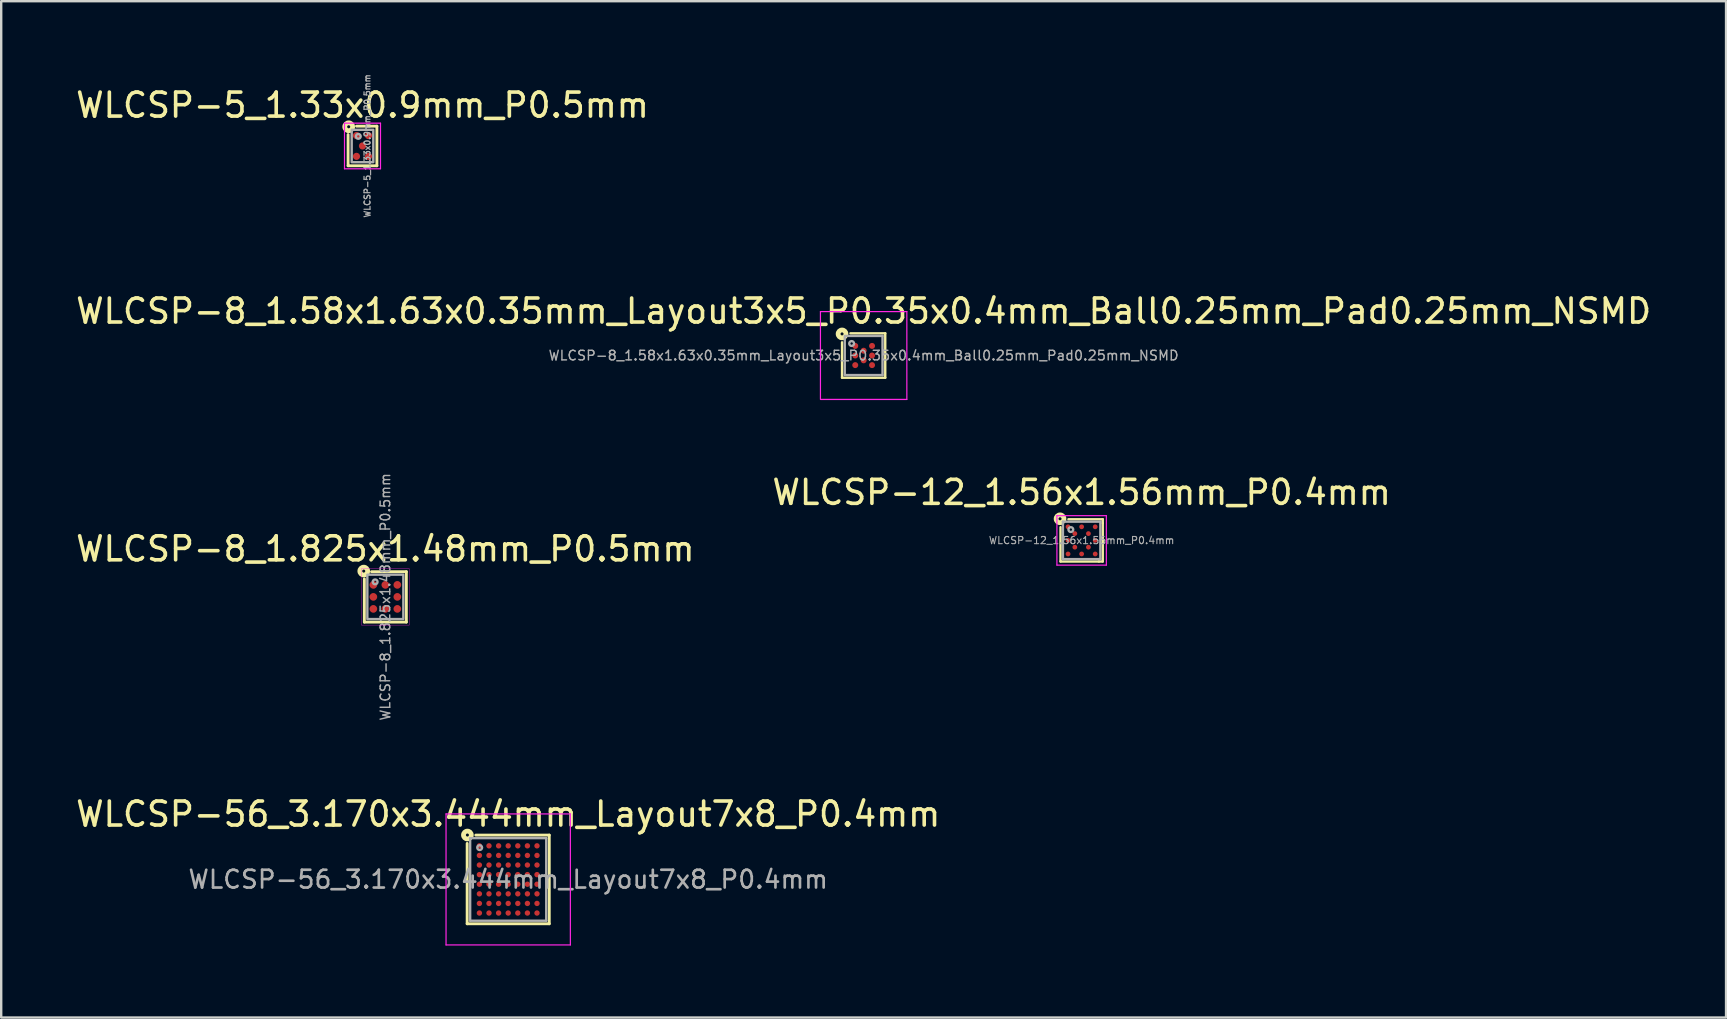
<source format=kicad_pcb>
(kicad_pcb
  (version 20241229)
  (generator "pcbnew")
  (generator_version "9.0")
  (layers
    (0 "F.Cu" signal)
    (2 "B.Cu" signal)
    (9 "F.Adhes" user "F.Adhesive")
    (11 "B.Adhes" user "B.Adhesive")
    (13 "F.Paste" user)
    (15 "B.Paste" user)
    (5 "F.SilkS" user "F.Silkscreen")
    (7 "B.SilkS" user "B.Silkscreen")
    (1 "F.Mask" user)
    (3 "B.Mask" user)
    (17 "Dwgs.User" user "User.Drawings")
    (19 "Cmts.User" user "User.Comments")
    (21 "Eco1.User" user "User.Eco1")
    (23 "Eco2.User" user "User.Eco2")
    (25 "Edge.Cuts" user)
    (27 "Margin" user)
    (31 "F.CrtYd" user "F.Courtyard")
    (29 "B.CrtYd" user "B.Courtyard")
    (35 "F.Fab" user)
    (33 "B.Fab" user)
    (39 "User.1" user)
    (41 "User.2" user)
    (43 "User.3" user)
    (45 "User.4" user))
  (footprint "WLCSP-12_1.56x1.56mm_P0.4mm"
    (layer "F.Cu")
    (at 42.018 19.466)
    (property "Reference" "WLCSP-12_1.56x1.56mm_P0.4mm" (at 0 -2 0) (layer "F.SilkS") (effects (font (size 1 1) (thickness 0.15))))
    (attr smd)
    (fp_line (start -0.88 0.88) (end -0.88 -0.55) (stroke (width 0.1) (type solid)) (layer "F.SilkS"))
    (fp_line (start -0.88 0.88) (end 0.72 0.88) (stroke (width 0.1) (type solid)) (layer "F.SilkS"))
    (fp_line (start 0.88 -0.88) (end -0.55 -0.88) (stroke (width 0.1) (type solid)) (layer "F.SilkS"))
    (fp_line (start 0.88 -0.88) (end 0.88 -0.72) (stroke (width 0.1) (type solid)) (layer "F.SilkS"))
    (fp_line (start 0.88 0.88) (end 0.72 0.88) (stroke (width 0.1) (type solid)) (layer "F.SilkS"))
    (fp_line (start 0.88 0.88) (end 0.88 -0.72) (stroke (width 0.1) (type solid)) (layer "F.SilkS"))
    (fp_circle (center -0.9 -0.9) (end -0.837 -0.9) (stroke (width 0.2) (type solid)) (fill no) (layer "F.SilkS"))
    (fp_line (start -1.03 -1.03) (end -1.03 1.03) (stroke (width 0.05) (type solid)) (layer "F.CrtYd"))
    (fp_line (start -1.03 -1.03) (end 1.03 -1.03) (stroke (width 0.05) (type solid)) (layer "F.CrtYd"))
    (fp_line (start -1.03 1.03) (end 1.03 1.03) (stroke (width 0.05) (type solid)) (layer "F.CrtYd"))
    (fp_line (start 1.03 -1.03) (end 1.03 1.03) (stroke (width 0.05) (type solid)) (layer "F.CrtYd"))
    (fp_line (start -0.78 -0.78) (end 0.78 -0.78) (stroke (width 0.1) (type solid)) (layer "F.Fab"))
    (fp_line (start -0.78 0.78) (end -0.78 -0.78) (stroke (width 0.1) (type solid)) (layer "F.Fab"))
    (fp_line (start 0.78 0.78) (end -0.78 0.78) (stroke (width 0.1) (type solid)) (layer "F.Fab"))
    (fp_line (start 0.78 0.78) (end 0.78 -0.78) (stroke (width 0.1) (type solid)) (layer "F.Fab"))
    (fp_circle (center -0.45 -0.45) (end -0.35 -0.45) (stroke (width 0.1) (type solid)) (fill no) (layer "F.Fab"))
    (fp_text user "${REFERENCE}" (at 0 0 0) (layer "F.Fab") (effects (font (size 0.3 0.3) (thickness 0.045))))
    (pad "A1" smd circle (at -0.566 -0.566) (size 0.2 0.2) (layers "F.Cu" "F.Mask" "F.Paste"))
    (pad "A3" smd circle (at 0 -0.566) (size 0.2 0.2) (layers "F.Cu" "F.Mask" "F.Paste"))
    (pad "A5" smd circle (at 0.566 -0.566) (size 0.2 0.2) (layers "F.Cu" "F.Mask" "F.Paste"))
    (pad "B2" smd circle (at -0.283 -0.283) (size 0.2 0.2) (layers "F.Cu" "F.Mask" "F.Paste"))
    (pad "B4" smd circle (at 0.283 -0.283) (size 0.2 0.2) (layers "F.Cu" "F.Mask" "F.Paste"))
    (pad "C1" smd circle (at -0.566 0) (size 0.2 0.2) (layers "F.Cu" "F.Mask" "F.Paste"))
    (pad "C5" smd circle (at 0.566 0) (size 0.2 0.2) (layers "F.Cu" "F.Mask" "F.Paste"))
    (pad "D2" smd circle (at -0.283 0.283) (size 0.2 0.2) (layers "F.Cu" "F.Mask" "F.Paste"))
    (pad "D4" smd circle (at 0.283 0.283) (size 0.2 0.2) (layers "F.Cu" "F.Mask" "F.Paste"))
    (pad "E1" smd circle (at -0.566 0.566) (size 0.2 0.2) (layers "F.Cu" "F.Mask" "F.Paste"))
    (pad "E3" smd circle (at 0 0.566) (size 0.2 0.2) (layers "F.Cu" "F.Mask" "F.Paste"))
    (pad "E5" smd circle (at 0.566 0.566) (size 0.2 0.2) (layers "F.Cu" "F.Mask" "F.Paste")))
  (footprint "WLCSP-8_1.58x1.63x0.35mm_Layout3x5_P0.35x0.4mm_Ball0.25mm_Pad0.25mm_NSMD"
    (layer "F.Cu")
    (at 32.935 11.763)
    (property "Reference" "WLCSP-8_1.58x1.63x0.35mm_Layout3x5_P0.35x0.4mm_Ball0.25mm_Pad0.25mm_NSMD" (at 0 -1.85 0) (layer "F.SilkS") (effects (font (size 1 1) (thickness 0.15))))
    (attr smd)
    (fp_line (start -0.9 0.925) (end -0.9 -0.55) (stroke (width 0.1) (type solid)) (layer "F.SilkS"))
    (fp_line (start -0.9 0.925) (end 0.9 0.925) (stroke (width 0.1) (type solid)) (layer "F.SilkS"))
    (fp_line (start 0.9 -0.925) (end -0.55 -0.925) (stroke (width 0.1) (type solid)) (layer "F.SilkS"))
    (fp_line (start 0.9 0.925) (end 0.9 -0.925) (stroke (width 0.1) (type solid)) (layer "F.SilkS"))
    (fp_circle (center -0.9 -0.9) (end -0.837 -0.9) (stroke (width 0.2) (type solid)) (fill no) (layer "F.SilkS"))
    (fp_line (start -1.8 1.8) (end -1.8 -1.83) (stroke (width 0.05) (type solid)) (layer "F.CrtYd"))
    (fp_line (start -1.8 1.83) (end 1.8 1.83) (stroke (width 0.05) (type solid)) (layer "F.CrtYd"))
    (fp_line (start 1.8 -1.83) (end -1.8 -1.83) (stroke (width 0.05) (type solid)) (layer "F.CrtYd"))
    (fp_line (start 1.8 1.83) (end 1.8 -1.83) (stroke (width 0.05) (type solid)) (layer "F.CrtYd"))
    (fp_line (start -0.787 -0.81) (end -0.787 0.805) (stroke (width 0.1) (type solid)) (layer "F.Fab"))
    (fp_line (start -0.787 0.816) (end 0.787 0.816) (stroke (width 0.1) (type solid)) (layer "F.Fab"))
    (fp_line (start 0.787 -0.816) (end -0.77 -0.816) (stroke (width 0.1) (type solid)) (layer "F.Fab"))
    (fp_line (start 0.787 -0.816) (end 0.787 0.816) (stroke (width 0.1) (type solid)) (layer "F.Fab"))
    (fp_circle (center -0.5 -0.5) (end -0.4 -0.5) (stroke (width 0.1) (type solid)) (fill no) (layer "F.Fab"))
    (fp_text user "${REFERENCE}" (at 0 0 0) (layer "F.Fab") (effects (font (size 0.4 0.4) (thickness 0.06))))
    (pad "A1" smd circle (at -0.35 -0.4) (size 0.25 0.25) (layers "F.Cu" "F.Mask" "F.Paste"))
    (pad "A3" smd circle (at 0.35 -0.4) (size 0.25 0.25) (layers "F.Cu" "F.Mask" "F.Paste"))
    (pad "B2" smd circle (at 0 -0.2) (size 0.25 0.25) (layers "F.Cu" "F.Mask" "F.Paste"))
    (pad "C1" smd circle (at -0.35 0) (size 0.25 0.25) (layers "F.Cu" "F.Mask" "F.Paste"))
    (pad "C3" smd circle (at 0.35 0) (size 0.25 0.25) (layers "F.Cu" "F.Mask" "F.Paste"))
    (pad "D2" smd circle (at 0 0.2) (size 0.25 0.25) (layers "F.Cu" "F.Mask" "F.Paste"))
    (pad "E1" smd circle (at -0.35 0.4) (size 0.25 0.25) (layers "F.Cu" "F.Mask" "F.Paste"))
    (pad "E3" smd circle (at 0.35 0.4) (size 0.25 0.25) (layers "F.Cu" "F.Mask" "F.Paste")))
  (footprint "WLCSP-56_3.170x3.444mm_Layout7x8_P0.4mm"
    (layer "F.Cu")
    (at 18.125 33.593)
    (property "Reference" "WLCSP-56_3.170x3.444mm_Layout7x8_P0.4mm" (at 0 -2.722 0) (layer "F.SilkS") (effects (font (size 1 1) (thickness 0.15))))
    (attr smd)
    (fp_line (start -1.71 1.847) (end -1.71 -1.5) (stroke (width 0.12) (type solid)) (layer "F.SilkS"))
    (fp_line (start -1.35 -1.847) (end 1.71 -1.847) (stroke (width 0.12) (type solid)) (layer "F.SilkS"))
    (fp_line (start 1.71 -1.847) (end 1.71 1.847) (stroke (width 0.12) (type solid)) (layer "F.SilkS"))
    (fp_line (start 1.71 1.847) (end -1.71 1.847) (stroke (width 0.12) (type solid)) (layer "F.SilkS"))
    (fp_circle (center -1.7 -1.85) (end -1.637 -1.85) (stroke (width 0.2) (type solid)) (fill no) (layer "F.SilkS"))
    (fp_line (start -2.59 -2.73) (end -2.59 2.73) (stroke (width 0.05) (type solid)) (layer "F.CrtYd"))
    (fp_line (start -2.59 2.73) (end 2.59 2.73) (stroke (width 0.05) (type solid)) (layer "F.CrtYd"))
    (fp_line (start 2.59 -2.73) (end -2.59 -2.73) (stroke (width 0.05) (type solid)) (layer "F.CrtYd"))
    (fp_line (start 2.59 2.73) (end 2.59 -2.73) (stroke (width 0.05) (type solid)) (layer "F.CrtYd"))
    (fp_line (start -1.585 1.722) (end -1.585 -1.72) (stroke (width 0.1) (type solid)) (layer "F.Fab"))
    (fp_line (start -1.57 -1.722) (end 1.585 -1.722) (stroke (width 0.1) (type solid)) (layer "F.Fab"))
    (fp_line (start 1.585 -1.722) (end 1.585 1.722) (stroke (width 0.1) (type solid)) (layer "F.Fab"))
    (fp_line (start 1.585 1.722) (end -1.585 1.722) (stroke (width 0.1) (type solid)) (layer "F.Fab"))
    (fp_circle (center -1.189 -1.326) (end -1.089 -1.326) (stroke (width 0.1) (type solid)) (fill no) (layer "F.Fab"))
    (fp_text user "${REFERENCE}" (at 0 0 0) (layer "F.Fab") (effects (font (size 0.74 0.74) (thickness 0.111))))
    (pad "A1" smd circle (at -1.2 -1.4) (size 0.225 0.225) (layers "F.Cu" "F.Mask" "F.Paste"))
    (pad "A2" smd circle (at -0.8 -1.4) (size 0.225 0.225) (layers "F.Cu" "F.Mask" "F.Paste"))
    (pad "A3" smd circle (at -0.4 -1.4) (size 0.225 0.225) (layers "F.Cu" "F.Mask" "F.Paste"))
    (pad "A4" smd circle (at 0 -1.4) (size 0.225 0.225) (layers "F.Cu" "F.Mask" "F.Paste"))
    (pad "A5" smd circle (at 0.4 -1.4) (size 0.225 0.225) (layers "F.Cu" "F.Mask" "F.Paste"))
    (pad "A6" smd circle (at 0.8 -1.4) (size 0.225 0.225) (layers "F.Cu" "F.Mask" "F.Paste"))
    (pad "A7" smd circle (at 1.2 -1.4) (size 0.225 0.225) (layers "F.Cu" "F.Mask" "F.Paste"))
    (pad "B1" smd circle (at -1.2 -1) (size 0.225 0.225) (layers "F.Cu" "F.Mask" "F.Paste"))
    (pad "B2" smd circle (at -0.8 -1) (size 0.225 0.225) (layers "F.Cu" "F.Mask" "F.Paste"))
    (pad "B3" smd circle (at -0.4 -1) (size 0.225 0.225) (layers "F.Cu" "F.Mask" "F.Paste"))
    (pad "B4" smd circle (at 0 -1) (size 0.225 0.225) (layers "F.Cu" "F.Mask" "F.Paste"))
    (pad "B5" smd circle (at 0.4 -1) (size 0.225 0.225) (layers "F.Cu" "F.Mask" "F.Paste"))
    (pad "B6" smd circle (at 0.8 -1) (size 0.225 0.225) (layers "F.Cu" "F.Mask" "F.Paste"))
    (pad "B7" smd circle (at 1.2 -1) (size 0.225 0.225) (layers "F.Cu" "F.Mask" "F.Paste"))
    (pad "C1" smd circle (at -1.2 -0.6) (size 0.225 0.225) (layers "F.Cu" "F.Mask" "F.Paste"))
    (pad "C2" smd circle (at -0.8 -0.6) (size 0.225 0.225) (layers "F.Cu" "F.Mask" "F.Paste"))
    (pad "C3" smd circle (at -0.4 -0.6) (size 0.225 0.225) (layers "F.Cu" "F.Mask" "F.Paste"))
    (pad "C4" smd circle (at 0 -0.6) (size 0.225 0.225) (layers "F.Cu" "F.Mask" "F.Paste"))
    (pad "C5" smd circle (at 0.4 -0.6) (size 0.225 0.225) (layers "F.Cu" "F.Mask" "F.Paste"))
    (pad "C6" smd circle (at 0.8 -0.6) (size 0.225 0.225) (layers "F.Cu" "F.Mask" "F.Paste"))
    (pad "C7" smd circle (at 1.2 -0.6) (size 0.225 0.225) (layers "F.Cu" "F.Mask" "F.Paste"))
    (pad "D1" smd circle (at -1.2 -0.2) (size 0.225 0.225) (layers "F.Cu" "F.Mask" "F.Paste"))
    (pad "D2" smd circle (at -0.8 -0.2) (size 0.225 0.225) (layers "F.Cu" "F.Mask" "F.Paste"))
    (pad "D3" smd circle (at -0.4 -0.2) (size 0.225 0.225) (layers "F.Cu" "F.Mask" "F.Paste"))
    (pad "D4" smd circle (at 0 -0.2) (size 0.225 0.225) (layers "F.Cu" "F.Mask" "F.Paste"))
    (pad "D5" smd circle (at 0.4 -0.2) (size 0.225 0.225) (layers "F.Cu" "F.Mask" "F.Paste"))
    (pad "D6" smd circle (at 0.8 -0.2) (size 0.225 0.225) (layers "F.Cu" "F.Mask" "F.Paste"))
    (pad "D7" smd circle (at 1.2 -0.2) (size 0.225 0.225) (layers "F.Cu" "F.Mask" "F.Paste"))
    (pad "E1" smd circle (at -1.2 0.2) (size 0.225 0.225) (layers "F.Cu" "F.Mask" "F.Paste"))
    (pad "E2" smd circle (at -0.8 0.2) (size 0.225 0.225) (layers "F.Cu" "F.Mask" "F.Paste"))
    (pad "E3" smd circle (at -0.4 0.2) (size 0.225 0.225) (layers "F.Cu" "F.Mask" "F.Paste"))
    (pad "E4" smd circle (at 0 0.2) (size 0.225 0.225) (layers "F.Cu" "F.Mask" "F.Paste"))
    (pad "E5" smd circle (at 0.4 0.2) (size 0.225 0.225) (layers "F.Cu" "F.Mask" "F.Paste"))
    (pad "E6" smd circle (at 0.8 0.2) (size 0.225 0.225) (layers "F.Cu" "F.Mask" "F.Paste"))
    (pad "E7" smd circle (at 1.2 0.2) (size 0.225 0.225) (layers "F.Cu" "F.Mask" "F.Paste"))
    (pad "F1" smd circle (at -1.2 0.6) (size 0.225 0.225) (layers "F.Cu" "F.Mask" "F.Paste"))
    (pad "F2" smd circle (at -0.8 0.6) (size 0.225 0.225) (layers "F.Cu" "F.Mask" "F.Paste"))
    (pad "F3" smd circle (at -0.4 0.6) (size 0.225 0.225) (layers "F.Cu" "F.Mask" "F.Paste"))
    (pad "F4" smd circle (at 0 0.6) (size 0.225 0.225) (layers "F.Cu" "F.Mask" "F.Paste"))
    (pad "F5" smd circle (at 0.4 0.6) (size 0.225 0.225) (layers "F.Cu" "F.Mask" "F.Paste"))
    (pad "F6" smd circle (at 0.8 0.6) (size 0.225 0.225) (layers "F.Cu" "F.Mask" "F.Paste"))
    (pad "F7" smd circle (at 1.2 0.6) (size 0.225 0.225) (layers "F.Cu" "F.Mask" "F.Paste"))
    (pad "G1" smd circle (at -1.2 1) (size 0.225 0.225) (layers "F.Cu" "F.Mask" "F.Paste"))
    (pad "G2" smd circle (at -0.8 1) (size 0.225 0.225) (layers "F.Cu" "F.Mask" "F.Paste"))
    (pad "G3" smd circle (at -0.4 1) (size 0.225 0.225) (layers "F.Cu" "F.Mask" "F.Paste"))
    (pad "G4" smd circle (at 0 1) (size 0.225 0.225) (layers "F.Cu" "F.Mask" "F.Paste"))
    (pad "G5" smd circle (at 0.4 1) (size 0.225 0.225) (layers "F.Cu" "F.Mask" "F.Paste"))
    (pad "G6" smd circle (at 0.8 1) (size 0.225 0.225) (layers "F.Cu" "F.Mask" "F.Paste"))
    (pad "G7" smd circle (at 1.2 1) (size 0.225 0.225) (layers "F.Cu" "F.Mask" "F.Paste"))
    (pad "H1" smd circle (at -1.2 1.4) (size 0.225 0.225) (layers "F.Cu" "F.Mask" "F.Paste"))
    (pad "H2" smd circle (at -0.8 1.4) (size 0.225 0.225) (layers "F.Cu" "F.Mask" "F.Paste"))
    (pad "H3" smd circle (at -0.4 1.4) (size 0.225 0.225) (layers "F.Cu" "F.Mask" "F.Paste"))
    (pad "H4" smd circle (at 0 1.4) (size 0.225 0.225) (layers "F.Cu" "F.Mask" "F.Paste"))
    (pad "H5" smd circle (at 0.4 1.4) (size 0.225 0.225) (layers "F.Cu" "F.Mask" "F.Paste"))
    (pad "H6" smd circle (at 0.8 1.4) (size 0.225 0.225) (layers "F.Cu" "F.Mask" "F.Paste"))
    (pad "H7" smd circle (at 1.2 1.4) (size 0.225 0.225) (layers "F.Cu" "F.Mask" "F.Paste")))
  (footprint "WLCSP-5_1.33x0.9mm_P0.5mm"
    (layer "F.Cu")
    (at 12.054 3.032)
    (property "Reference" "WLCSP-5_1.33x0.9mm_P0.5mm" (at 0 -1.7 0) (layer "F.SilkS") (effects (font (size 1 1) (thickness 0.15))))
    (attr smd)
    (fp_line (start -0.6 0.825) (end -0.6 -0.475) (stroke (width 0.12) (type solid)) (layer "F.SilkS"))
    (fp_line (start -0.25 -0.825) (end 0.6 -0.825) (stroke (width 0.12) (type solid)) (layer "F.SilkS"))
    (fp_line (start 0.6 -0.825) (end 0.6 0.825) (stroke (width 0.12) (type solid)) (layer "F.SilkS"))
    (fp_line (start 0.6 0.825) (end -0.6 0.825) (stroke (width 0.12) (type solid)) (layer "F.SilkS"))
    (fp_circle (center -0.575 -0.8) (end -0.511 -0.8) (stroke (width 0.2) (type solid)) (fill no) (layer "F.SilkS"))
    (fp_line (start -0.75 -0.95) (end 0.75 -0.95) (stroke (width 0.05) (type solid)) (layer "F.CrtYd"))
    (fp_line (start -0.75 0.95) (end -0.75 -0.95) (stroke (width 0.05) (type solid)) (layer "F.CrtYd"))
    (fp_line (start 0.75 -0.95) (end 0.75 0.95) (stroke (width 0.05) (type solid)) (layer "F.CrtYd"))
    (fp_line (start 0.75 0.95) (end -0.75 0.95) (stroke (width 0.05) (type solid)) (layer "F.CrtYd"))
    (fp_rect (start 0.45 -0.675) (end -0.45 0.675) (stroke (width 0.1) (type solid)) (fill no) (layer "F.Fab"))
    (fp_circle (center -0.175 -0.4) (end -0.175 -0.3) (stroke (width 0.1) (type solid)) (fill no) (layer "F.Fab"))
    (fp_text user "${REFERENCE}" (at 0.2 0 90) (layer "F.Fab") (effects (font (size 0.25 0.25) (thickness 0.05))))
    (pad "A1" smd circle (at -0.25 -0.433) (size 0.3 0.3) (layers "F.Cu" "F.Mask" "F.Paste"))
    (pad "A2" smd circle (at 0.25 -0.433) (size 0.3 0.3) (layers "F.Cu" "F.Mask" "F.Paste"))
    (pad "B1" smd circle (at 0 0) (size 0.3 0.3) (layers "F.Cu" "F.Mask" "F.Paste"))
    (pad "C1" smd circle (at -0.25 0.433) (size 0.3 0.3) (layers "F.Cu" "F.Mask" "F.Paste"))
    (pad "C2" smd circle (at 0.25 0.433) (size 0.3 0.3) (layers "F.Cu" "F.Mask" "F.Paste")))
  (footprint "WLCSP-8_1.825x1.48mm_P0.5mm"
    (layer "F.Cu")
    (at 13.006 21.82)
    (property "Reference" "WLCSP-8_1.825x1.48mm_P0.5mm" (at 0 -2 0) (layer "F.SilkS") (effects (font (size 1 1) (thickness 0.15))))
    (attr smd)
    (fp_line (start -0.875 1.05) (end -0.875 -0.75) (stroke (width 0.12) (type solid)) (layer "F.SilkS"))
    (fp_line (start -0.575 -1.05) (end 0.875 -1.05) (stroke (width 0.12) (type solid)) (layer "F.SilkS"))
    (fp_line (start 0.875 -1.05) (end 0.875 1.05) (stroke (width 0.12) (type solid)) (layer "F.SilkS"))
    (fp_line (start 0.875 1.05) (end -0.875 1.05) (stroke (width 0.12) (type solid)) (layer "F.SilkS"))
    (fp_circle (center -0.9 -1.075) (end -0.837 -1.075) (stroke (width 0.2) (type solid)) (fill no) (layer "F.SilkS"))
    (fp_rect (start -1 -1.175) (end 1 1.175) (stroke (width 0.013) (type solid)) (fill no) (layer "F.CrtYd"))
    (fp_rect (start -0.75 -0.925) (end 0.75 0.925) (stroke (width 0.1) (type solid)) (fill no) (layer "F.Fab"))
    (fp_circle (center -0.425 -0.625) (end -0.425 -0.525) (stroke (width 0.1) (type solid)) (fill no) (layer "F.Fab"))
    (fp_text user "${REFERENCE}" (at 0 0 90) (layer "F.Fab") (effects (font (size 0.4 0.4) (thickness 0.06))))
    (pad "A1" smd circle (at -0.5 -0.5) (size 0.32 0.32) (layers "F.Cu" "F.Mask" "F.Paste"))
    (pad "A2" smd circle (at 0 -0.5) (size 0.32 0.32) (layers "F.Cu" "F.Mask" "F.Paste"))
    (pad "A3" smd circle (at 0.5 -0.5) (size 0.32 0.32) (layers "F.Cu" "F.Mask" "F.Paste"))
    (pad "B1" smd circle (at -0.5 0) (size 0.32 0.32) (layers "F.Cu" "F.Mask" "F.Paste"))
    (pad "B3" smd circle (at 0.5 0) (size 0.32 0.32) (layers "F.Cu" "F.Mask" "F.Paste"))
    (pad "C1" smd circle (at -0.5 0.5) (size 0.32 0.32) (layers "F.Cu" "F.Mask" "F.Paste"))
    (pad "C2" smd circle (at 0 0.5) (size 0.32 0.32) (layers "F.Cu" "F.Mask" "F.Paste"))
    (pad "C3" smd circle (at 0.5 0.5) (size 0.32 0.32) (layers "F.Cu" "F.Mask" "F.Paste")))
  (gr_rect
    (start -3 -3)
    (end 68.869 39.348)
    (stroke (width 0.1) (type default))
    (fill no)
    (layer "Edge.Cuts")))
</source>
